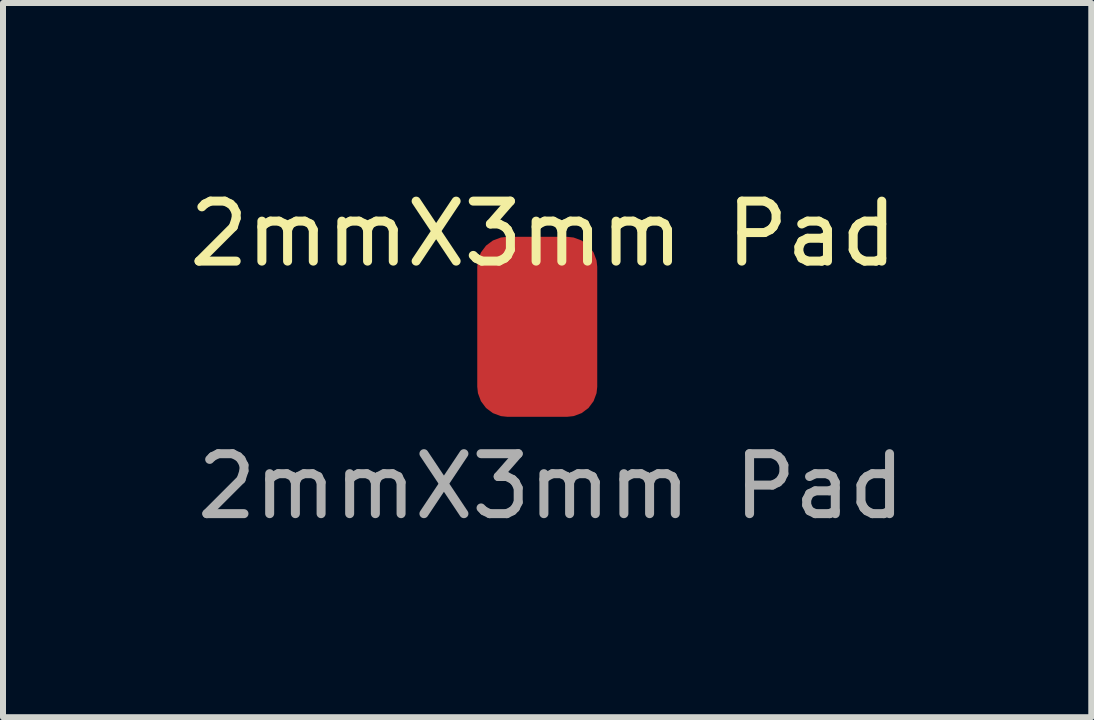
<source format=kicad_pcb>
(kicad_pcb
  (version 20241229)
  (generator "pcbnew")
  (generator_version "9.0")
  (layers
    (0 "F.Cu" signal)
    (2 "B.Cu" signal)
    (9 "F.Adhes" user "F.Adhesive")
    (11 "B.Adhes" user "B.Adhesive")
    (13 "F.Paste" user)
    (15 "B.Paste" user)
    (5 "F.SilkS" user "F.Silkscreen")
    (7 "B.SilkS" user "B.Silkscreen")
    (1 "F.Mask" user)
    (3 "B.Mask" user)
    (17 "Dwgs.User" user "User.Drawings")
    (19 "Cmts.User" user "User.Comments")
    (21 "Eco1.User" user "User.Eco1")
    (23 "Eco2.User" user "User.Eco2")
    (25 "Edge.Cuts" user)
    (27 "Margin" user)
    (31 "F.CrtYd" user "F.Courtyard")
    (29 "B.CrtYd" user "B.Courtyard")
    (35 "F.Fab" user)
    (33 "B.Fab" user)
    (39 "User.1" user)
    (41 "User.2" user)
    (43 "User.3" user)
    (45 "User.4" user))
  (footprint "2mmX3mm Pad"
    (layer "F.Cu")
    (at 5.976 2.408)
    (property "Reference" "2mmX3mm Pad" (at 0.03 -1.56 0) (unlocked yes) (layer "F.SilkS") (effects (font (size 1 1) (thickness 0.15))))
    (attr smd)
    (fp_text user "${REFERENCE}" (at 0.16 2.65 0) (unlocked yes) (layer "F.Fab") (effects (font (size 1 1) (thickness 0.15))))
    (pad "1" smd roundrect (at -0.07 -0.01) (size 2 3) (layers "F.Cu" "F.Mask" "F.Paste") (roundrect_rratio 0.25)))
  (gr_rect
    (start -3 -3)
    (end 15.142 8.906)
    (stroke (width 0.1) (type default))
    (fill no)
    (layer "Edge.Cuts")))
</source>
